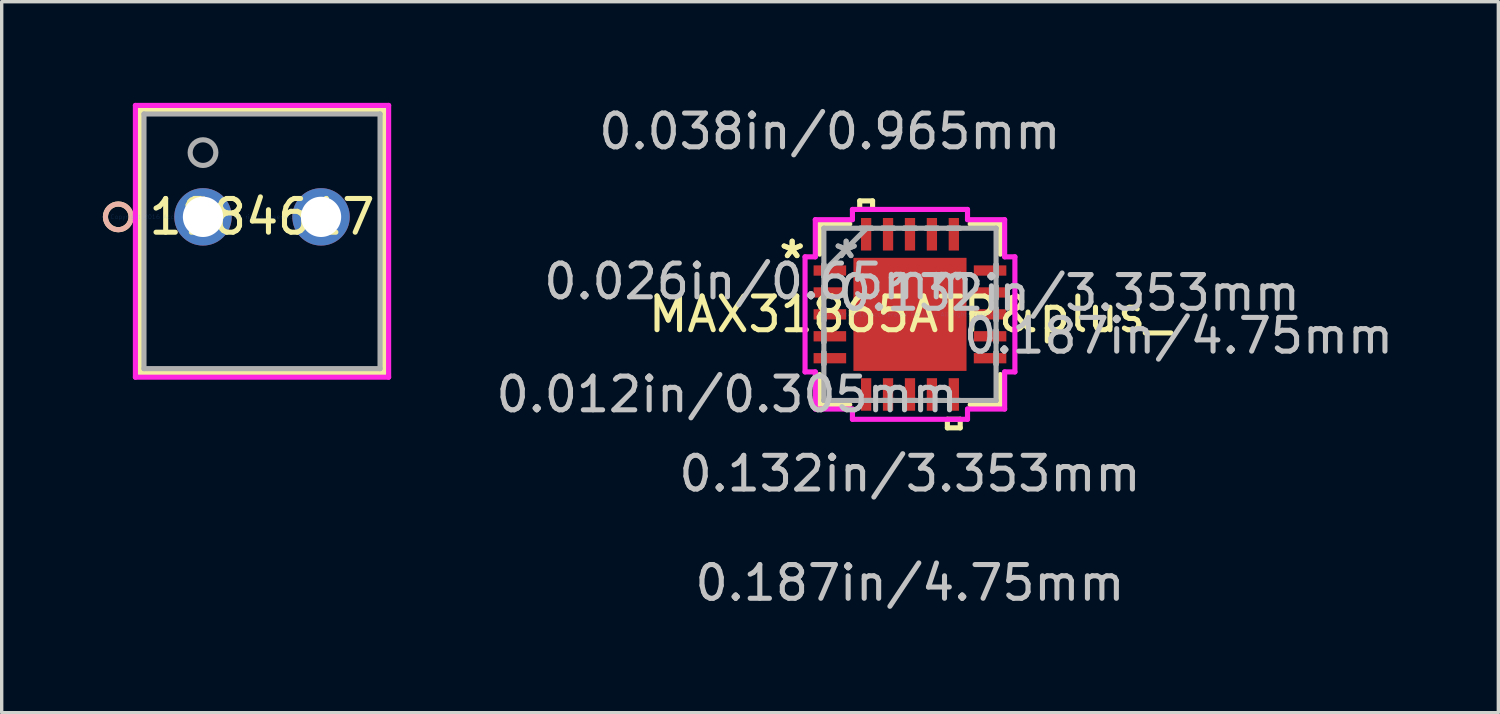
<source format=kicad_pcb>
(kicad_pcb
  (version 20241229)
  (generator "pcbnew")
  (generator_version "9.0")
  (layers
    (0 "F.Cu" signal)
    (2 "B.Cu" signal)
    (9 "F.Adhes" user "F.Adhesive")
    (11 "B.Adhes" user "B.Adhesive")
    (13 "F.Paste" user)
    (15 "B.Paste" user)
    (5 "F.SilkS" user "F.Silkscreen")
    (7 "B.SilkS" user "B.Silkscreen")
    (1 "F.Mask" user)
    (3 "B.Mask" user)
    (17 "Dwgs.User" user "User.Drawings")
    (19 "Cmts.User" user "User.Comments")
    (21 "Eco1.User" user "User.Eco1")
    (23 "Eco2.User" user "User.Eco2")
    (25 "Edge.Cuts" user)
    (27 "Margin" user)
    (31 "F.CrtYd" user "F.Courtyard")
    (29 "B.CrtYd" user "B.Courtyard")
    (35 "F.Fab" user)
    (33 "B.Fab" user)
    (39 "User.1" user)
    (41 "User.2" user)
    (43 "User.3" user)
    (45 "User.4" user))
  (footprint "MAX31865ATP&plus_"
    (layer "F.Cu")
    (at 23.931 6.271)
    (property "Reference" "MAX31865ATP&plus_" (at 0 0 0) (layer "F.SilkS") (effects (font (size 1 1) (thickness 0.15))))
    (attr through_hole)
    (fp_line (start -2.68 -2.68) (end -2.68 -1.785) (stroke (width 0.152) (type solid)) (layer "F.SilkS"))
    (fp_line (start -2.68 1.785) (end -2.68 2.68) (stroke (width 0.152) (type solid)) (layer "F.SilkS"))
    (fp_line (start -2.68 2.68) (end -1.785 2.68) (stroke (width 0.152) (type solid)) (layer "F.SilkS"))
    (fp_line (start -1.785 -2.68) (end -2.68 -2.68) (stroke (width 0.152) (type solid)) (layer "F.SilkS"))
    (fp_line (start -1.49 -3.365) (end -1.109 -3.365) (stroke (width 0.152) (type solid)) (layer "F.SilkS"))
    (fp_line (start -1.49 -3.111) (end -1.49 -3.365) (stroke (width 0.152) (type solid)) (layer "F.SilkS"))
    (fp_line (start -1.109 -3.365) (end -1.109 -3.111) (stroke (width 0.152) (type solid)) (layer "F.SilkS"))
    (fp_line (start -1.109 -3.111) (end -1.49 -3.111) (stroke (width 0.152) (type solid)) (layer "F.SilkS"))
    (fp_line (start 1.109 3.111) (end 1.109 3.365) (stroke (width 0.152) (type solid)) (layer "F.SilkS"))
    (fp_line (start 1.109 3.365) (end 1.49 3.365) (stroke (width 0.152) (type solid)) (layer "F.SilkS"))
    (fp_line (start 1.49 3.111) (end 1.109 3.111) (stroke (width 0.152) (type solid)) (layer "F.SilkS"))
    (fp_line (start 1.49 3.365) (end 1.49 3.111) (stroke (width 0.152) (type solid)) (layer "F.SilkS"))
    (fp_line (start 1.785 2.68) (end 2.68 2.68) (stroke (width 0.152) (type solid)) (layer "F.SilkS"))
    (fp_line (start 2.68 -2.68) (end 1.785 -2.68) (stroke (width 0.152) (type solid)) (layer "F.SilkS"))
    (fp_line (start 2.68 -1.785) (end 2.68 -2.68) (stroke (width 0.152) (type solid)) (layer "F.SilkS"))
    (fp_line (start 2.68 2.68) (end 2.68 1.785) (stroke (width 0.152) (type solid)) (layer "F.SilkS"))
    (fp_line (start -1.576 -1.576) (end -1.576 -0.1) (stroke (width 0.152) (type solid)) (layer "F.Paste"))
    (fp_line (start -1.576 -0.1) (end -0.1 -0.1) (stroke (width 0.152) (type solid)) (layer "F.Paste"))
    (fp_line (start -1.576 0.1) (end -1.576 1.576) (stroke (width 0.152) (type solid)) (layer "F.Paste"))
    (fp_line (start -1.576 1.576) (end -0.1 1.576) (stroke (width 0.152) (type solid)) (layer "F.Paste"))
    (fp_line (start -0.1 -1.576) (end -1.576 -1.576) (stroke (width 0.152) (type solid)) (layer "F.Paste"))
    (fp_line (start -0.1 -0.1) (end -0.1 -1.576) (stroke (width 0.152) (type solid)) (layer "F.Paste"))
    (fp_line (start -0.1 0.1) (end -1.576 0.1) (stroke (width 0.152) (type solid)) (layer "F.Paste"))
    (fp_line (start -0.1 1.576) (end -0.1 0.1) (stroke (width 0.152) (type solid)) (layer "F.Paste"))
    (fp_line (start 0.1 -1.576) (end 0.1 -0.1) (stroke (width 0.152) (type solid)) (layer "F.Paste"))
    (fp_line (start 0.1 -0.1) (end 1.576 -0.1) (stroke (width 0.152) (type solid)) (layer "F.Paste"))
    (fp_line (start 0.1 0.1) (end 0.1 1.576) (stroke (width 0.152) (type solid)) (layer "F.Paste"))
    (fp_line (start 0.1 1.576) (end 1.576 1.576) (stroke (width 0.152) (type solid)) (layer "F.Paste"))
    (fp_line (start 1.576 -1.576) (end 0.1 -1.576) (stroke (width 0.152) (type solid)) (layer "F.Paste"))
    (fp_line (start 1.576 -0.1) (end 1.576 -1.576) (stroke (width 0.152) (type solid)) (layer "F.Paste"))
    (fp_line (start 1.576 0.1) (end 0.1 0.1) (stroke (width 0.152) (type solid)) (layer "F.Paste"))
    (fp_line (start 1.576 1.576) (end 1.576 0.1) (stroke (width 0.152) (type solid)) (layer "F.Paste"))
    (fp_line (start -3.111 -1.706) (end -2.807 -1.706) (stroke (width 0.152) (type solid)) (layer "F.CrtYd"))
    (fp_line (start -3.111 1.706) (end -3.111 -1.706) (stroke (width 0.152) (type solid)) (layer "F.CrtYd"))
    (fp_line (start -2.807 -2.807) (end -1.706 -2.807) (stroke (width 0.152) (type solid)) (layer "F.CrtYd"))
    (fp_line (start -2.807 -1.706) (end -2.807 -2.807) (stroke (width 0.152) (type solid)) (layer "F.CrtYd"))
    (fp_line (start -2.807 1.706) (end -3.111 1.706) (stroke (width 0.152) (type solid)) (layer "F.CrtYd"))
    (fp_line (start -2.807 2.807) (end -2.807 1.706) (stroke (width 0.152) (type solid)) (layer "F.CrtYd"))
    (fp_line (start -1.706 -3.111) (end 1.706 -3.111) (stroke (width 0.152) (type solid)) (layer "F.CrtYd"))
    (fp_line (start -1.706 -2.807) (end -1.706 -3.111) (stroke (width 0.152) (type solid)) (layer "F.CrtYd"))
    (fp_line (start -1.706 2.807) (end -2.807 2.807) (stroke (width 0.152) (type solid)) (layer "F.CrtYd"))
    (fp_line (start -1.706 3.111) (end -1.706 2.807) (stroke (width 0.152) (type solid)) (layer "F.CrtYd"))
    (fp_line (start 1.706 -3.111) (end 1.706 -2.807) (stroke (width 0.152) (type solid)) (layer "F.CrtYd"))
    (fp_line (start 1.706 -2.807) (end 2.807 -2.807) (stroke (width 0.152) (type solid)) (layer "F.CrtYd"))
    (fp_line (start 1.706 2.807) (end 1.706 3.111) (stroke (width 0.152) (type solid)) (layer "F.CrtYd"))
    (fp_line (start 1.706 3.111) (end -1.706 3.111) (stroke (width 0.152) (type solid)) (layer "F.CrtYd"))
    (fp_line (start 2.807 -2.807) (end 2.807 -1.706) (stroke (width 0.152) (type solid)) (layer "F.CrtYd"))
    (fp_line (start 2.807 -1.706) (end 3.111 -1.706) (stroke (width 0.152) (type solid)) (layer "F.CrtYd"))
    (fp_line (start 2.807 1.706) (end 2.807 2.807) (stroke (width 0.152) (type solid)) (layer "F.CrtYd"))
    (fp_line (start 2.807 2.807) (end 1.706 2.807) (stroke (width 0.152) (type solid)) (layer "F.CrtYd"))
    (fp_line (start 3.111 -1.706) (end 3.111 1.706) (stroke (width 0.152) (type solid)) (layer "F.CrtYd"))
    (fp_line (start 3.111 1.706) (end 2.807 1.706) (stroke (width 0.152) (type solid)) (layer "F.CrtYd"))
    (fp_line (start -2.553 -2.553) (end -2.553 -2.553) (stroke (width 0.152) (type solid)) (layer "F.Fab"))
    (fp_line (start -2.553 -2.553) (end -2.553 2.553) (stroke (width 0.152) (type solid)) (layer "F.Fab"))
    (fp_line (start -2.553 -1.478) (end -2.553 -1.478) (stroke (width 0.152) (type solid)) (layer "F.Fab"))
    (fp_line (start -2.553 -1.478) (end -2.553 -1.122) (stroke (width 0.152) (type solid)) (layer "F.Fab"))
    (fp_line (start -2.553 -1.283) (end -1.283 -2.553) (stroke (width 0.152) (type solid)) (layer "F.Fab"))
    (fp_line (start -2.553 -1.122) (end -2.553 -1.478) (stroke (width 0.152) (type solid)) (layer "F.Fab"))
    (fp_line (start -2.553 -1.122) (end -2.553 -1.122) (stroke (width 0.152) (type solid)) (layer "F.Fab"))
    (fp_line (start -2.553 -0.828) (end -2.553 -0.828) (stroke (width 0.152) (type solid)) (layer "F.Fab"))
    (fp_line (start -2.553 -0.828) (end -2.553 -0.472) (stroke (width 0.152) (type solid)) (layer "F.Fab"))
    (fp_line (start -2.553 -0.472) (end -2.553 -0.828) (stroke (width 0.152) (type solid)) (layer "F.Fab"))
    (fp_line (start -2.553 -0.472) (end -2.553 -0.472) (stroke (width 0.152) (type solid)) (layer "F.Fab"))
    (fp_line (start -2.553 -0.178) (end -2.553 -0.178) (stroke (width 0.152) (type solid)) (layer "F.Fab"))
    (fp_line (start -2.553 -0.178) (end -2.553 0.178) (stroke (width 0.152) (type solid)) (layer "F.Fab"))
    (fp_line (start -2.553 0.178) (end -2.553 -0.178) (stroke (width 0.152) (type solid)) (layer "F.Fab"))
    (fp_line (start -2.553 0.178) (end -2.553 0.178) (stroke (width 0.152) (type solid)) (layer "F.Fab"))
    (fp_line (start -2.553 0.472) (end -2.553 0.472) (stroke (width 0.152) (type solid)) (layer "F.Fab"))
    (fp_line (start -2.553 0.472) (end -2.553 0.828) (stroke (width 0.152) (type solid)) (layer "F.Fab"))
    (fp_line (start -2.553 0.828) (end -2.553 0.472) (stroke (width 0.152) (type solid)) (layer "F.Fab"))
    (fp_line (start -2.553 0.828) (end -2.553 0.828) (stroke (width 0.152) (type solid)) (layer "F.Fab"))
    (fp_line (start -2.553 1.122) (end -2.553 1.122) (stroke (width 0.152) (type solid)) (layer "F.Fab"))
    (fp_line (start -2.553 1.122) (end -2.553 1.478) (stroke (width 0.152) (type solid)) (layer "F.Fab"))
    (fp_line (start -2.553 1.478) (end -2.553 1.122) (stroke (width 0.152) (type solid)) (layer "F.Fab"))
    (fp_line (start -2.553 1.478) (end -2.553 1.478) (stroke (width 0.152) (type solid)) (layer "F.Fab"))
    (fp_line (start -2.553 2.553) (end -2.553 2.553) (stroke (width 0.152) (type solid)) (layer "F.Fab"))
    (fp_line (start -2.553 2.553) (end 2.553 2.553) (stroke (width 0.152) (type solid)) (layer "F.Fab"))
    (fp_line (start -1.478 -2.553) (end -1.478 -2.553) (stroke (width 0.152) (type solid)) (layer "F.Fab"))
    (fp_line (start -1.478 -2.553) (end -1.122 -2.553) (stroke (width 0.152) (type solid)) (layer "F.Fab"))
    (fp_line (start -1.478 2.553) (end -1.478 2.553) (stroke (width 0.152) (type solid)) (layer "F.Fab"))
    (fp_line (start -1.478 2.553) (end -1.122 2.553) (stroke (width 0.152) (type solid)) (layer "F.Fab"))
    (fp_line (start -1.122 -2.553) (end -1.478 -2.553) (stroke (width 0.152) (type solid)) (layer "F.Fab"))
    (fp_line (start -1.122 -2.553) (end -1.122 -2.553) (stroke (width 0.152) (type solid)) (layer "F.Fab"))
    (fp_line (start -1.122 2.553) (end -1.478 2.553) (stroke (width 0.152) (type solid)) (layer "F.Fab"))
    (fp_line (start -1.122 2.553) (end -1.122 2.553) (stroke (width 0.152) (type solid)) (layer "F.Fab"))
    (fp_line (start -0.828 -2.553) (end -0.828 -2.553) (stroke (width 0.152) (type solid)) (layer "F.Fab"))
    (fp_line (start -0.828 -2.553) (end -0.472 -2.553) (stroke (width 0.152) (type solid)) (layer "F.Fab"))
    (fp_line (start -0.828 2.553) (end -0.828 2.553) (stroke (width 0.152) (type solid)) (layer "F.Fab"))
    (fp_line (start -0.828 2.553) (end -0.472 2.553) (stroke (width 0.152) (type solid)) (layer "F.Fab"))
    (fp_line (start -0.472 -2.553) (end -0.828 -2.553) (stroke (width 0.152) (type solid)) (layer "F.Fab"))
    (fp_line (start -0.472 -2.553) (end -0.472 -2.553) (stroke (width 0.152) (type solid)) (layer "F.Fab"))
    (fp_line (start -0.472 2.553) (end -0.828 2.553) (stroke (width 0.152) (type solid)) (layer "F.Fab"))
    (fp_line (start -0.472 2.553) (end -0.472 2.553) (stroke (width 0.152) (type solid)) (layer "F.Fab"))
    (fp_line (start -0.178 -2.553) (end -0.178 -2.553) (stroke (width 0.152) (type solid)) (layer "F.Fab"))
    (fp_line (start -0.178 -2.553) (end 0.178 -2.553) (stroke (width 0.152) (type solid)) (layer "F.Fab"))
    (fp_line (start -0.178 2.553) (end -0.178 2.553) (stroke (width 0.152) (type solid)) (layer "F.Fab"))
    (fp_line (start -0.178 2.553) (end 0.178 2.553) (stroke (width 0.152) (type solid)) (layer "F.Fab"))
    (fp_line (start 0.178 -2.553) (end -0.178 -2.553) (stroke (width 0.152) (type solid)) (layer "F.Fab"))
    (fp_line (start 0.178 -2.553) (end 0.178 -2.553) (stroke (width 0.152) (type solid)) (layer "F.Fab"))
    (fp_line (start 0.178 2.553) (end -0.178 2.553) (stroke (width 0.152) (type solid)) (layer "F.Fab"))
    (fp_line (start 0.178 2.553) (end 0.178 2.553) (stroke (width 0.152) (type solid)) (layer "F.Fab"))
    (fp_line (start 0.472 -2.553) (end 0.472 -2.553) (stroke (width 0.152) (type solid)) (layer "F.Fab"))
    (fp_line (start 0.472 -2.553) (end 0.828 -2.553) (stroke (width 0.152) (type solid)) (layer "F.Fab"))
    (fp_line (start 0.472 2.553) (end 0.472 2.553) (stroke (width 0.152) (type solid)) (layer "F.Fab"))
    (fp_line (start 0.472 2.553) (end 0.828 2.553) (stroke (width 0.152) (type solid)) (layer "F.Fab"))
    (fp_line (start 0.828 -2.553) (end 0.472 -2.553) (stroke (width 0.152) (type solid)) (layer "F.Fab"))
    (fp_line (start 0.828 -2.553) (end 0.828 -2.553) (stroke (width 0.152) (type solid)) (layer "F.Fab"))
    (fp_line (start 0.828 2.553) (end 0.472 2.553) (stroke (width 0.152) (type solid)) (layer "F.Fab"))
    (fp_line (start 0.828 2.553) (end 0.828 2.553) (stroke (width 0.152) (type solid)) (layer "F.Fab"))
    (fp_line (start 1.122 -2.553) (end 1.122 -2.553) (stroke (width 0.152) (type solid)) (layer "F.Fab"))
    (fp_line (start 1.122 -2.553) (end 1.478 -2.553) (stroke (width 0.152) (type solid)) (layer "F.Fab"))
    (fp_line (start 1.122 2.553) (end 1.122 2.553) (stroke (width 0.152) (type solid)) (layer "F.Fab"))
    (fp_line (start 1.122 2.553) (end 1.478 2.553) (stroke (width 0.152) (type solid)) (layer "F.Fab"))
    (fp_line (start 1.478 -2.553) (end 1.122 -2.553) (stroke (width 0.152) (type solid)) (layer "F.Fab"))
    (fp_line (start 1.478 -2.553) (end 1.478 -2.553) (stroke (width 0.152) (type solid)) (layer "F.Fab"))
    (fp_line (start 1.478 2.553) (end 1.122 2.553) (stroke (width 0.152) (type solid)) (layer "F.Fab"))
    (fp_line (start 1.478 2.553) (end 1.478 2.553) (stroke (width 0.152) (type solid)) (layer "F.Fab"))
    (fp_line (start 2.553 -2.553) (end -2.553 -2.553) (stroke (width 0.152) (type solid)) (layer "F.Fab"))
    (fp_line (start 2.553 -2.553) (end 2.553 -2.553) (stroke (width 0.152) (type solid)) (layer "F.Fab"))
    (fp_line (start 2.553 -1.478) (end 2.553 -1.478) (stroke (width 0.152) (type solid)) (layer "F.Fab"))
    (fp_line (start 2.553 -1.478) (end 2.553 -1.122) (stroke (width 0.152) (type solid)) (layer "F.Fab"))
    (fp_line (start 2.553 -1.122) (end 2.553 -1.478) (stroke (width 0.152) (type solid)) (layer "F.Fab"))
    (fp_line (start 2.553 -1.122) (end 2.553 -1.122) (stroke (width 0.152) (type solid)) (layer "F.Fab"))
    (fp_line (start 2.553 -0.828) (end 2.553 -0.828) (stroke (width 0.152) (type solid)) (layer "F.Fab"))
    (fp_line (start 2.553 -0.828) (end 2.553 -0.472) (stroke (width 0.152) (type solid)) (layer "F.Fab"))
    (fp_line (start 2.553 -0.472) (end 2.553 -0.828) (stroke (width 0.152) (type solid)) (layer "F.Fab"))
    (fp_line (start 2.553 -0.472) (end 2.553 -0.472) (stroke (width 0.152) (type solid)) (layer "F.Fab"))
    (fp_line (start 2.553 -0.178) (end 2.553 -0.178) (stroke (width 0.152) (type solid)) (layer "F.Fab"))
    (fp_line (start 2.553 -0.178) (end 2.553 0.178) (stroke (width 0.152) (type solid)) (layer "F.Fab"))
    (fp_line (start 2.553 0.178) (end 2.553 -0.178) (stroke (width 0.152) (type solid)) (layer "F.Fab"))
    (fp_line (start 2.553 0.178) (end 2.553 0.178) (stroke (width 0.152) (type solid)) (layer "F.Fab"))
    (fp_line (start 2.553 0.472) (end 2.553 0.472) (stroke (width 0.152) (type solid)) (layer "F.Fab"))
    (fp_line (start 2.553 0.472) (end 2.553 0.828) (stroke (width 0.152) (type solid)) (layer "F.Fab"))
    (fp_line (start 2.553 0.828) (end 2.553 0.472) (stroke (width 0.152) (type solid)) (layer "F.Fab"))
    (fp_line (start 2.553 0.828) (end 2.553 0.828) (stroke (width 0.152) (type solid)) (layer "F.Fab"))
    (fp_line (start 2.553 1.122) (end 2.553 1.122) (stroke (width 0.152) (type solid)) (layer "F.Fab"))
    (fp_line (start 2.553 1.122) (end 2.553 1.478) (stroke (width 0.152) (type solid)) (layer "F.Fab"))
    (fp_line (start 2.553 1.478) (end 2.553 1.122) (stroke (width 0.152) (type solid)) (layer "F.Fab"))
    (fp_line (start 2.553 1.478) (end 2.553 1.478) (stroke (width 0.152) (type solid)) (layer "F.Fab"))
    (fp_line (start 2.553 2.553) (end 2.553 -2.553) (stroke (width 0.152) (type solid)) (layer "F.Fab"))
    (fp_line (start 2.553 2.553) (end 2.553 2.553) (stroke (width 0.152) (type solid)) (layer "F.Fab"))
    (fp_text user "*" (at -3.493 -1.625 0) (layer "F.SilkS") (effects (font (size 1 1) (thickness 0.15))))
    (fp_text user "*" (at -3.493 -1.625 0) (layer "F.SilkS") (effects (font (size 1 1) (thickness 0.15))))
    (fp_text user "0.012in/0.305mm" (at -5.423 2.375 0) (layer "Dwgs.User") (effects (font (size 1 1) (thickness 0.15))))
    (fp_text user "0.038in/0.965mm" (at -2.375 -5.423 0) (layer "Dwgs.User") (effects (font (size 1 1) (thickness 0.15))))
    (fp_text user "0.026in/0.65mm" (at -4.483 -0.975 0) (layer "Dwgs.User") (effects (font (size 1 1) (thickness 0.15))))
    (fp_text user "0.187in/4.75mm" (at 0 7.963 0) (layer "Dwgs.User") (effects (font (size 1 1) (thickness 0.15))))
    (fp_text user "0.132in/3.353mm" (at 0 4.724 0) (layer "Dwgs.User") (effects (font (size 1 1) (thickness 0.15))))
    (fp_text user "0.187in/4.75mm" (at 7.963 0.635 0) (layer "Dwgs.User") (effects (font (size 1 1) (thickness 0.15))))
    (fp_text user "0.132in/3.353mm" (at 4.724 -0.635 0) (layer "Dwgs.User") (effects (font (size 1 1) (thickness 0.15))))
    (fp_text user "Copyright 2016 Accelerated Designs. All rights reserved." (at 0 0 0) (layer "Cmts.User") (effects (font (size 0.127 0.127) (thickness 0.002))))
    (fp_text user "*" (at -1.892 -1.625 0) (layer "F.Fab") (effects (font (size 1 1) (thickness 0.15))))
    (fp_text user "*" (at -1.892 -1.625 0) (layer "F.Fab") (effects (font (size 1 1) (thickness 0.15))))
    (pad "1" smd rect (at -2.375 -1.3 90) (size 0.305 0.965) (layers "F.Cu" "F.Mask" "F.Paste"))
    (pad "2" smd rect (at -2.375 -0.65 90) (size 0.305 0.965) (layers "F.Cu" "F.Mask" "F.Paste"))
    (pad "3" smd rect (at -2.375 0 90) (size 0.305 0.965) (layers "F.Cu" "F.Mask" "F.Paste"))
    (pad "4" smd rect (at -2.375 0.65 90) (size 0.305 0.965) (layers "F.Cu" "F.Mask" "F.Paste"))
    (pad "5" smd rect (at -2.375 1.3 90) (size 0.305 0.965) (layers "F.Cu" "F.Mask" "F.Paste"))
    (pad "6" smd rect (at -1.3 2.375) (size 0.305 0.965) (layers "F.Cu" "F.Mask" "F.Paste"))
    (pad "7" smd rect (at -0.65 2.375) (size 0.305 0.965) (layers "F.Cu" "F.Mask" "F.Paste"))
    (pad "8" smd rect (at 0 2.375) (size 0.305 0.965) (layers "F.Cu" "F.Mask" "F.Paste"))
    (pad "9" smd rect (at 0.65 2.375) (size 0.305 0.965) (layers "F.Cu" "F.Mask" "F.Paste"))
    (pad "10" smd rect (at 1.3 2.375) (size 0.305 0.965) (layers "F.Cu" "F.Mask" "F.Paste"))
    (pad "11" smd rect (at 2.375 1.3 90) (size 0.305 0.965) (layers "F.Cu" "F.Mask" "F.Paste"))
    (pad "12" smd rect (at 2.375 0.65 90) (size 0.305 0.965) (layers "F.Cu" "F.Mask" "F.Paste"))
    (pad "13" smd rect (at 2.375 0 90) (size 0.305 0.965) (layers "F.Cu" "F.Mask" "F.Paste"))
    (pad "14" smd rect (at 2.375 -0.65 90) (size 0.305 0.965) (layers "F.Cu" "F.Mask" "F.Paste"))
    (pad "15" smd rect (at 2.375 -1.3 90) (size 0.305 0.965) (layers "F.Cu" "F.Mask" "F.Paste"))
    (pad "16" smd rect (at 1.3 -2.375) (size 0.305 0.965) (layers "F.Cu" "F.Mask" "F.Paste"))
    (pad "17" smd rect (at 0.65 -2.375) (size 0.305 0.965) (layers "F.Cu" "F.Mask" "F.Paste"))
    (pad "18" smd rect (at 0 -2.375) (size 0.305 0.965) (layers "F.Cu" "F.Mask" "F.Paste"))
    (pad "19" smd rect (at -0.65 -2.375) (size 0.305 0.965) (layers "F.Cu" "F.Mask" "F.Paste"))
    (pad "20" smd rect (at -1.3 -2.375) (size 0.305 0.965) (layers "F.Cu" "F.Mask" "F.Paste"))
    (pad "21" smd rect (at 0 0) (size 3.353 3.353) (layers "F.Cu" "F.Mask" "F.Paste")))
  (footprint "1984617"
    (layer "F.Cu")
    (at 2.969 3.38)
    (property "Reference" "1984617" (at 1.75 0 0) (layer "F.SilkS") (effects (font (size 1 1) (thickness 0.15))))
    (attr through_hole)
    (fp_line (start -1.877 -3.177) (end -1.877 4.627) (stroke (width 0.152) (type solid)) (layer "F.SilkS"))
    (fp_line (start -1.877 4.627) (end 5.377 4.627) (stroke (width 0.152) (type solid)) (layer "F.SilkS"))
    (fp_line (start 5.377 -3.177) (end -1.877 -3.177) (stroke (width 0.152) (type solid)) (layer "F.SilkS"))
    (fp_line (start 5.377 4.627) (end 5.377 -3.177) (stroke (width 0.152) (type solid)) (layer "F.SilkS"))
    (fp_circle (center -2.512 0) (end -2.131 0) (stroke (width 0.152) (type solid)) (fill no) (layer "F.SilkS"))
    (fp_circle (center -2.512 0) (end -2.131 0) (stroke (width 0.152) (type solid)) (fill no) (layer "B.SilkS"))
    (fp_line (start -2.004 -3.304) (end -2.004 4.754) (stroke (width 0.152) (type solid)) (layer "F.CrtYd"))
    (fp_line (start -2.004 4.754) (end 5.504 4.754) (stroke (width 0.152) (type solid)) (layer "F.CrtYd"))
    (fp_line (start 5.504 -3.304) (end -2.004 -3.304) (stroke (width 0.152) (type solid)) (layer "F.CrtYd"))
    (fp_line (start 5.504 4.754) (end 5.504 -3.304) (stroke (width 0.152) (type solid)) (layer "F.CrtYd"))
    (fp_line (start -1.75 -3.05) (end -1.75 4.5) (stroke (width 0.152) (type solid)) (layer "F.Fab"))
    (fp_line (start -1.75 4.5) (end 5.25 4.5) (stroke (width 0.152) (type solid)) (layer "F.Fab"))
    (fp_line (start 5.25 -3.05) (end -1.75 -3.05) (stroke (width 0.152) (type solid)) (layer "F.Fab"))
    (fp_line (start 5.25 4.5) (end 5.25 -3.05) (stroke (width 0.152) (type solid)) (layer "F.Fab"))
    (fp_circle (center 0 -1.905) (end 0.381 -1.905) (stroke (width 0.152) (type solid)) (fill no) (layer "F.Fab"))
    (fp_text user "*" (at 0 0 0) (layer "F.SilkS") (effects (font (size 1 1) (thickness 0.15))))
    (fp_text user "Copyright 2016 Accelerated Designs. All rights reserved." (at 0 0 0) (layer "Cmts.User") (effects (font (size 0.127 0.127) (thickness 0.002))))
    (fp_text user "*" (at 0 0 0) (layer "F.Fab") (effects (font (size 1 1) (thickness 0.15))))
    (pad "1" thru_hole circle (at -0.000001 0) (size 1.702 1.702) (drill 1.194) (layers "*.Cu" "*.Mask"))
    (pad "2" thru_hole circle (at 3.5 0) (size 1.702 1.702) (drill 1.194) (layers "*.Cu" "*.Mask")))
  (gr_rect
    (start -3 -3)
    (end 41.376 18.082)
    (stroke (width 0.1) (type default))
    (fill no)
    (layer "Edge.Cuts")))
</source>
